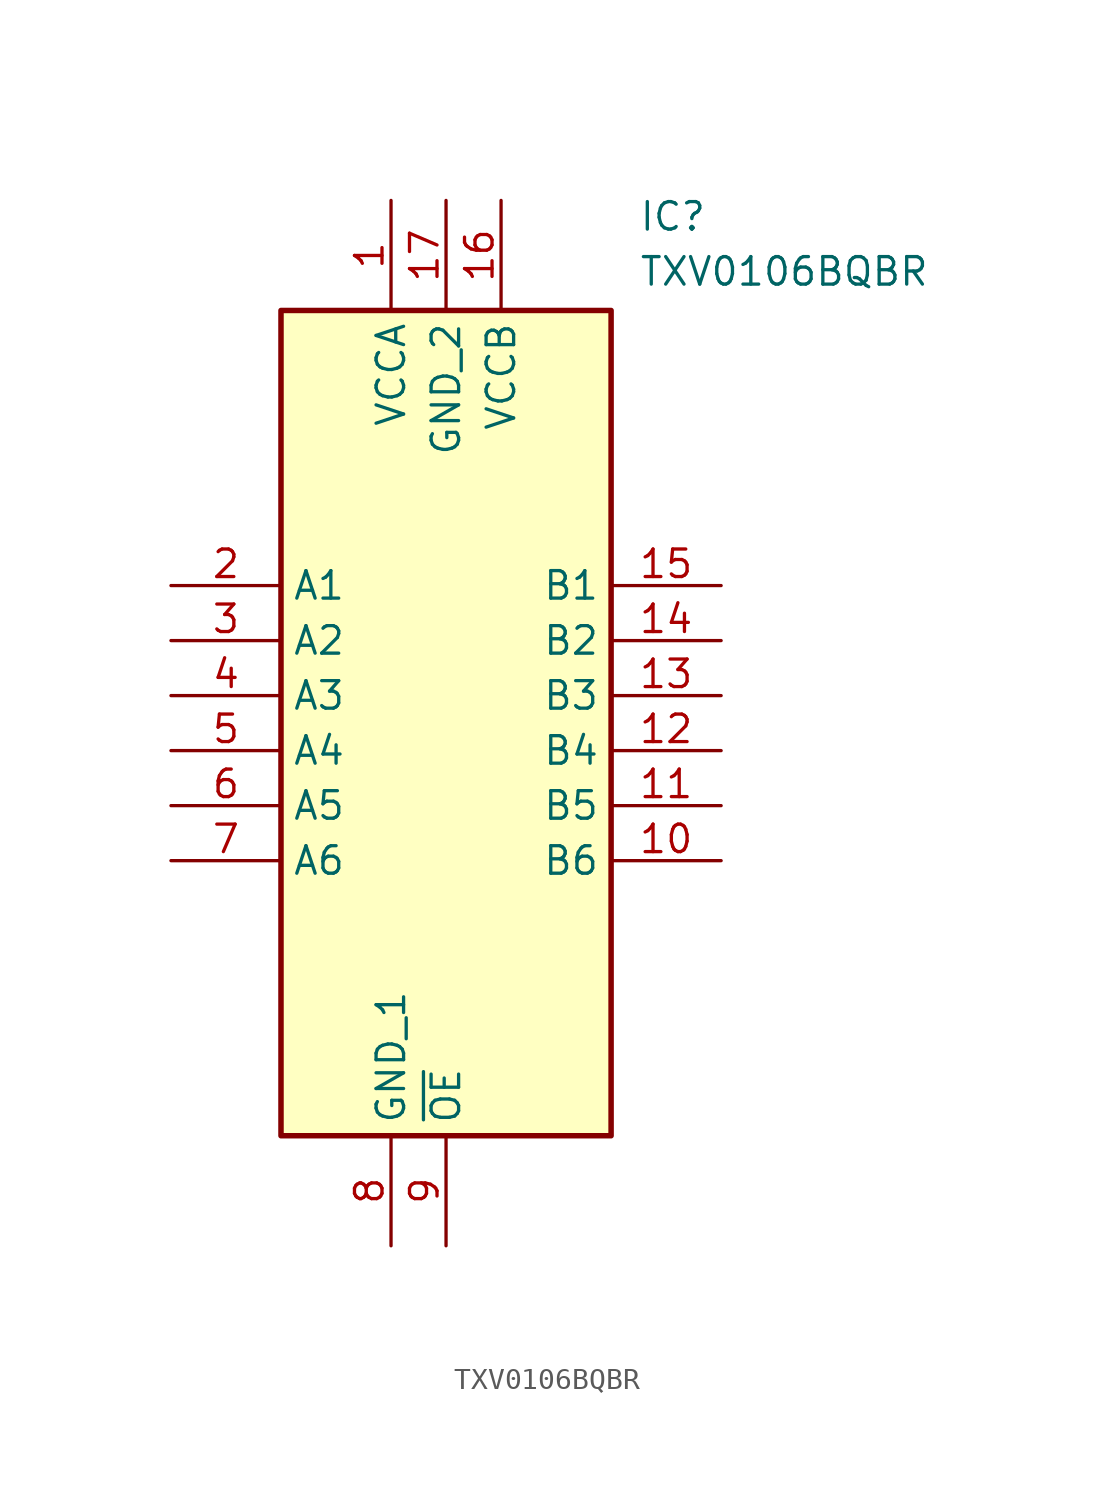
<source format=kicad_sym>
(kicad_symbol_lib
  (version 20211014)
  (generator SamacSys_ECAD_Model)
  (symbol "TXV0106BQBR"
    (property "Reference" "IC"
      (at 21.59 17.78 0)
      (effects (font (size 1.27 1.27)) (justify left top)))
    (property "Value" "TXV0106BQBR"
      (at 21.59 15.24 0)
      (effects (font (size 1.27 1.27)) (justify left top)))
    (rectangle
      (start 5.08 12.7)
      (end 20.32 -25.4)
      (stroke (width 0.254) (type default))
      (fill (type background)))
    (pin passive line
      (at 10.16 17.78 270)
      (length 5.08)
      (name "VCCA" (effects (font (size 1.27 1.27))))
      (number "1" (effects (font (size 1.27 1.27)))))
    (pin passive line
      (at 0 0 0)
      (length 5.08)
      (name "A1" (effects (font (size 1.27 1.27))))
      (number "2" (effects (font (size 1.27 1.27)))))
    (pin passive line
      (at 0 -2.54 0)
      (length 5.08)
      (name "A2" (effects (font (size 1.27 1.27))))
      (number "3" (effects (font (size 1.27 1.27)))))
    (pin passive line
      (at 0 -5.08 0)
      (length 5.08)
      (name "A3" (effects (font (size 1.27 1.27))))
      (number "4" (effects (font (size 1.27 1.27)))))
    (pin passive line
      (at 0 -7.62 0)
      (length 5.08)
      (name "A4" (effects (font (size 1.27 1.27))))
      (number "5" (effects (font (size 1.27 1.27)))))
    (pin passive line
      (at 0 -10.16 0)
      (length 5.08)
      (name "A5" (effects (font (size 1.27 1.27))))
      (number "6" (effects (font (size 1.27 1.27)))))
    (pin passive line
      (at 0 -12.7 0)
      (length 5.08)
      (name "A6" (effects (font (size 1.27 1.27))))
      (number "7" (effects (font (size 1.27 1.27)))))
    (pin passive line
      (at 10.16 -30.48 90)
      (length 5.08)
      (name "GND_1" (effects (font (size 1.27 1.27))))
      (number "8" (effects (font (size 1.27 1.27)))))
    (pin passive line
      (at 12.7 -30.48 90)
      (length 5.08)
      (name "~{OE}" (effects (font (size 1.27 1.27))))
      (number "9" (effects (font (size 1.27 1.27)))))
    (pin passive line
      (at 25.4 -12.7 180)
      (length 5.08)
      (name "B6" (effects (font (size 1.27 1.27))))
      (number "10" (effects (font (size 1.27 1.27)))))
    (pin passive line
      (at 25.4 -10.16 180)
      (length 5.08)
      (name "B5" (effects (font (size 1.27 1.27))))
      (number "11" (effects (font (size 1.27 1.27)))))
    (pin passive line
      (at 25.4 -7.62 180)
      (length 5.08)
      (name "B4" (effects (font (size 1.27 1.27))))
      (number "12" (effects (font (size 1.27 1.27)))))
    (pin passive line
      (at 25.4 -5.08 180)
      (length 5.08)
      (name "B3" (effects (font (size 1.27 1.27))))
      (number "13" (effects (font (size 1.27 1.27)))))
    (pin passive line
      (at 25.4 -2.54 180)
      (length 5.08)
      (name "B2" (effects (font (size 1.27 1.27))))
      (number "14" (effects (font (size 1.27 1.27)))))
    (pin passive line
      (at 25.4 0 180)
      (length 5.08)
      (name "B1" (effects (font (size 1.27 1.27))))
      (number "15" (effects (font (size 1.27 1.27)))))
    (pin passive line
      (at 15.24 17.78 270)
      (length 5.08)
      (name "VCCB" (effects (font (size 1.27 1.27))))
      (number "16" (effects (font (size 1.27 1.27)))))
    (pin passive line
      (at 12.7 17.78 270)
      (length 5.08)
      (name "GND_2" (effects (font (size 1.27 1.27))))
      (number "17" (effects (font (size 1.27 1.27)))))))
</source>
